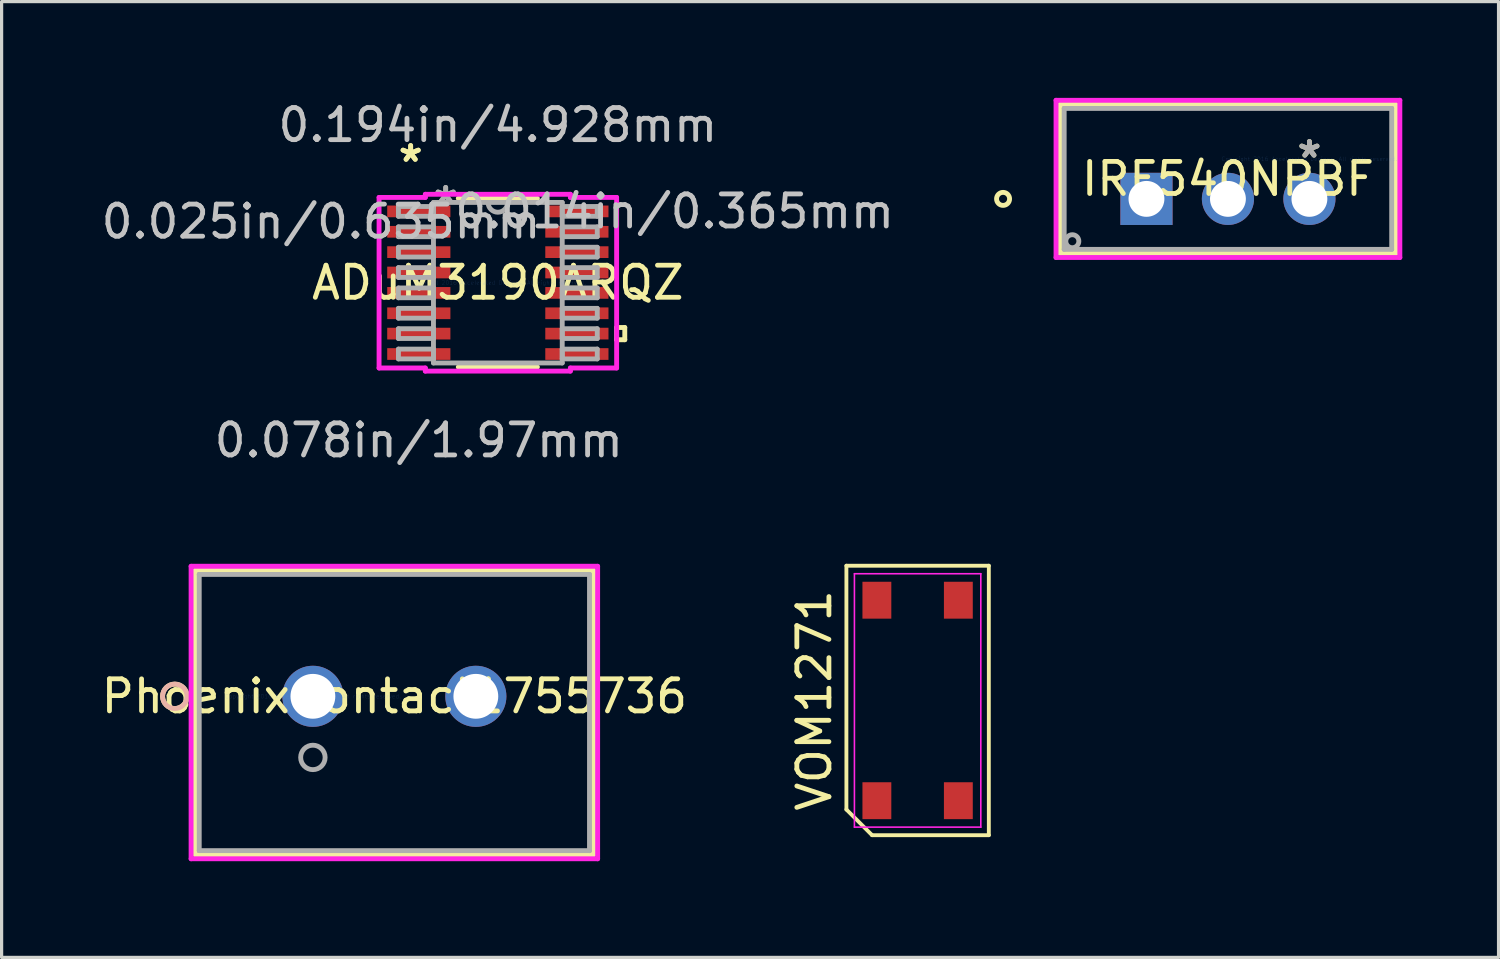
<source format=kicad_pcb>
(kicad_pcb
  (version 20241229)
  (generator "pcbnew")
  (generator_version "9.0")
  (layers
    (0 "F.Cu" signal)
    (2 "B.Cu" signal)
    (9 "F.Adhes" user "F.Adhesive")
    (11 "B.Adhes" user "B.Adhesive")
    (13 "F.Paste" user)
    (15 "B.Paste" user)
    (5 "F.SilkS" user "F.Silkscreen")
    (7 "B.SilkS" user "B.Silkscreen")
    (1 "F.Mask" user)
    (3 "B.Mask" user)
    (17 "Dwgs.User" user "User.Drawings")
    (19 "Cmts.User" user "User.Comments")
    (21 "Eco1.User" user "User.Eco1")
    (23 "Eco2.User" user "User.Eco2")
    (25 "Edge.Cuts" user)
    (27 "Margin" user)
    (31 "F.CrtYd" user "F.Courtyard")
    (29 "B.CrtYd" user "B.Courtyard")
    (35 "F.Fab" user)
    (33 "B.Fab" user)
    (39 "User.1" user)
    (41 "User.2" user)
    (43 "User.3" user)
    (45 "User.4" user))
  (footprint "PhoenixContact1755736"
    (layer "F.Cu")
    (at 6.704 18.657)
    (property "Reference" "PhoenixContact1755736" (at 2.54 0 0) (layer "F.SilkS") (effects (font (size 1 1) (thickness 0.15))))
    (attr through_hole)
    (fp_line (start -3.67 -3.927) (end -3.67 4.938) (stroke (width 0.152) (type solid)) (layer "F.SilkS"))
    (fp_line (start -3.67 4.938) (end 8.75 4.938) (stroke (width 0.152) (type solid)) (layer "F.SilkS"))
    (fp_line (start 8.75 -3.927) (end -3.67 -3.927) (stroke (width 0.152) (type solid)) (layer "F.SilkS"))
    (fp_line (start 8.75 4.938) (end 8.75 -3.927) (stroke (width 0.152) (type solid)) (layer "F.SilkS"))
    (fp_circle (center -4.305 0) (end -3.924 0) (stroke (width 0.152) (type solid)) (fill no) (layer "F.SilkS"))
    (fp_circle (center -4.305 0) (end -3.924 0) (stroke (width 0.152) (type solid)) (fill no) (layer "B.SilkS"))
    (fp_line (start -3.797 -4.054) (end -3.797 5.065) (stroke (width 0.152) (type solid)) (layer "F.CrtYd"))
    (fp_line (start -3.797 5.065) (end 8.877 5.065) (stroke (width 0.152) (type solid)) (layer "F.CrtYd"))
    (fp_line (start 8.877 -4.054) (end -3.797 -4.054) (stroke (width 0.152) (type solid)) (layer "F.CrtYd"))
    (fp_line (start 8.877 5.065) (end 8.877 -4.054) (stroke (width 0.152) (type solid)) (layer "F.CrtYd"))
    (fp_line (start -3.543 -3.8) (end -3.543 4.811) (stroke (width 0.152) (type solid)) (layer "F.Fab"))
    (fp_line (start -3.543 4.811) (end 8.623 4.811) (stroke (width 0.152) (type solid)) (layer "F.Fab"))
    (fp_line (start 8.623 -3.8) (end -3.543 -3.8) (stroke (width 0.152) (type solid)) (layer "F.Fab"))
    (fp_line (start 8.623 4.811) (end 8.623 -3.8) (stroke (width 0.152) (type solid)) (layer "F.Fab"))
    (fp_circle (center 0 1.905) (end 0.381 1.905) (stroke (width 0.152) (type solid)) (fill no) (layer "F.Fab"))
    (fp_text user "*" (at 0 0 0) (layer "F.SilkS") (effects (font (size 1 1) (thickness 0.15))))
    (fp_text user "Copyright 2016 Accelerated Designs. All rights reserved." (at 0 0 0) (layer "Cmts.User") (effects (font (size 0.127 0.127) (thickness 0.002))))
    (fp_text user "*" (at 0 0 0) (layer "F.Fab") (effects (font (size 1 1) (thickness 0.15))))
    (pad "1" thru_hole circle (at 0 0) (size 1.905 1.905) (drill 1.397) (layers "*.Cu" "*.Mask"))
    (pad "2" thru_hole circle (at 5.08 0) (size 1.905 1.905) (drill 1.397) (layers "*.Cu" "*.Mask")))
  (footprint "ADuM3190ARQZ"
    (layer "F.Cu")
    (at 12.47 5.763)
    (property "Reference" "ADuM3190ARQZ" (at 0 0 0) (layer "F.SilkS") (effects (font (size 1 1) (thickness 0.15))))
    (attr through_hole)
    (fp_line (start -1.233 2.629) (end 1.233 2.629) (stroke (width 0.152) (type solid)) (layer "F.SilkS"))
    (fp_line (start 1.233 -2.629) (end -1.233 -2.629) (stroke (width 0.152) (type solid)) (layer "F.SilkS"))
    (fp_line (start 3.703 1.397) (end 3.957 1.397) (stroke (width 0.152) (type solid)) (layer "F.SilkS"))
    (fp_line (start 3.703 1.778) (end 3.703 1.397) (stroke (width 0.152) (type solid)) (layer "F.SilkS"))
    (fp_line (start 3.957 1.397) (end 3.957 1.778) (stroke (width 0.152) (type solid)) (layer "F.SilkS"))
    (fp_line (start 3.957 1.778) (end 3.703 1.778) (stroke (width 0.152) (type solid)) (layer "F.SilkS"))
    (fp_line (start -3.703 -2.659) (end -2.261 -2.659) (stroke (width 0.152) (type solid)) (layer "F.CrtYd"))
    (fp_line (start -3.703 2.659) (end -3.703 -2.659) (stroke (width 0.152) (type solid)) (layer "F.CrtYd"))
    (fp_line (start -2.261 -2.756) (end 2.261 -2.756) (stroke (width 0.152) (type solid)) (layer "F.CrtYd"))
    (fp_line (start -2.261 -2.659) (end -2.261 -2.756) (stroke (width 0.152) (type solid)) (layer "F.CrtYd"))
    (fp_line (start -2.261 2.659) (end -3.703 2.659) (stroke (width 0.152) (type solid)) (layer "F.CrtYd"))
    (fp_line (start -2.261 2.756) (end -2.261 2.659) (stroke (width 0.152) (type solid)) (layer "F.CrtYd"))
    (fp_line (start 2.261 -2.756) (end 2.261 -2.659) (stroke (width 0.152) (type solid)) (layer "F.CrtYd"))
    (fp_line (start 2.261 -2.659) (end 3.703 -2.659) (stroke (width 0.152) (type solid)) (layer "F.CrtYd"))
    (fp_line (start 2.261 2.659) (end 2.261 2.756) (stroke (width 0.152) (type solid)) (layer "F.CrtYd"))
    (fp_line (start 2.261 2.756) (end -2.261 2.756) (stroke (width 0.152) (type solid)) (layer "F.CrtYd"))
    (fp_line (start 3.703 -2.659) (end 3.703 2.659) (stroke (width 0.152) (type solid)) (layer "F.CrtYd"))
    (fp_line (start 3.703 2.659) (end 2.261 2.659) (stroke (width 0.152) (type solid)) (layer "F.CrtYd"))
    (fp_line (start -3.099 -2.375) (end -3.099 -2.07) (stroke (width 0.152) (type solid)) (layer "F.Fab"))
    (fp_line (start -3.099 -2.07) (end -2.007 -2.07) (stroke (width 0.152) (type solid)) (layer "F.Fab"))
    (fp_line (start -3.099 -1.74) (end -3.099 -1.435) (stroke (width 0.152) (type solid)) (layer "F.Fab"))
    (fp_line (start -3.099 -1.435) (end -2.007 -1.435) (stroke (width 0.152) (type solid)) (layer "F.Fab"))
    (fp_line (start -3.099 -1.105) (end -3.099 -0.8) (stroke (width 0.152) (type solid)) (layer "F.Fab"))
    (fp_line (start -3.099 -0.8) (end -2.007 -0.8) (stroke (width 0.152) (type solid)) (layer "F.Fab"))
    (fp_line (start -3.099 -0.47) (end -3.099 -0.165) (stroke (width 0.152) (type solid)) (layer "F.Fab"))
    (fp_line (start -3.099 -0.165) (end -2.007 -0.165) (stroke (width 0.152) (type solid)) (layer "F.Fab"))
    (fp_line (start -3.099 0.165) (end -3.099 0.47) (stroke (width 0.152) (type solid)) (layer "F.Fab"))
    (fp_line (start -3.099 0.47) (end -2.007 0.47) (stroke (width 0.152) (type solid)) (layer "F.Fab"))
    (fp_line (start -3.099 0.8) (end -3.099 1.105) (stroke (width 0.152) (type solid)) (layer "F.Fab"))
    (fp_line (start -3.099 1.105) (end -2.007 1.105) (stroke (width 0.152) (type solid)) (layer "F.Fab"))
    (fp_line (start -3.099 1.435) (end -3.099 1.74) (stroke (width 0.152) (type solid)) (layer "F.Fab"))
    (fp_line (start -3.099 1.74) (end -2.007 1.74) (stroke (width 0.152) (type solid)) (layer "F.Fab"))
    (fp_line (start -3.099 2.07) (end -3.099 2.375) (stroke (width 0.152) (type solid)) (layer "F.Fab"))
    (fp_line (start -3.099 2.375) (end -2.007 2.375) (stroke (width 0.152) (type solid)) (layer "F.Fab"))
    (fp_line (start -2.007 -2.502) (end -2.007 2.502) (stroke (width 0.152) (type solid)) (layer "F.Fab"))
    (fp_line (start -2.007 -2.375) (end -3.099 -2.375) (stroke (width 0.152) (type solid)) (layer "F.Fab"))
    (fp_line (start -2.007 -2.07) (end -2.007 -2.375) (stroke (width 0.152) (type solid)) (layer "F.Fab"))
    (fp_line (start -2.007 -1.74) (end -3.099 -1.74) (stroke (width 0.152) (type solid)) (layer "F.Fab"))
    (fp_line (start -2.007 -1.435) (end -2.007 -1.74) (stroke (width 0.152) (type solid)) (layer "F.Fab"))
    (fp_line (start -2.007 -1.105) (end -3.099 -1.105) (stroke (width 0.152) (type solid)) (layer "F.Fab"))
    (fp_line (start -2.007 -0.8) (end -2.007 -1.105) (stroke (width 0.152) (type solid)) (layer "F.Fab"))
    (fp_line (start -2.007 -0.47) (end -3.099 -0.47) (stroke (width 0.152) (type solid)) (layer "F.Fab"))
    (fp_line (start -2.007 -0.165) (end -2.007 -0.47) (stroke (width 0.152) (type solid)) (layer "F.Fab"))
    (fp_line (start -2.007 0.165) (end -3.099 0.165) (stroke (width 0.152) (type solid)) (layer "F.Fab"))
    (fp_line (start -2.007 0.47) (end -2.007 0.165) (stroke (width 0.152) (type solid)) (layer "F.Fab"))
    (fp_line (start -2.007 0.8) (end -3.099 0.8) (stroke (width 0.152) (type solid)) (layer "F.Fab"))
    (fp_line (start -2.007 1.105) (end -2.007 0.8) (stroke (width 0.152) (type solid)) (layer "F.Fab"))
    (fp_line (start -2.007 1.435) (end -3.099 1.435) (stroke (width 0.152) (type solid)) (layer "F.Fab"))
    (fp_line (start -2.007 1.74) (end -2.007 1.435) (stroke (width 0.152) (type solid)) (layer "F.Fab"))
    (fp_line (start -2.007 2.07) (end -3.099 2.07) (stroke (width 0.152) (type solid)) (layer "F.Fab"))
    (fp_line (start -2.007 2.375) (end -2.007 2.07) (stroke (width 0.152) (type solid)) (layer "F.Fab"))
    (fp_line (start -2.007 2.502) (end 2.007 2.502) (stroke (width 0.152) (type solid)) (layer "F.Fab"))
    (fp_line (start 2.007 -2.502) (end -2.007 -2.502) (stroke (width 0.152) (type solid)) (layer "F.Fab"))
    (fp_line (start 2.007 -2.375) (end 2.007 -2.07) (stroke (width 0.152) (type solid)) (layer "F.Fab"))
    (fp_line (start 2.007 -2.07) (end 3.099 -2.07) (stroke (width 0.152) (type solid)) (layer "F.Fab"))
    (fp_line (start 2.007 -1.74) (end 2.007 -1.435) (stroke (width 0.152) (type solid)) (layer "F.Fab"))
    (fp_line (start 2.007 -1.435) (end 3.099 -1.435) (stroke (width 0.152) (type solid)) (layer "F.Fab"))
    (fp_line (start 2.007 -1.105) (end 2.007 -0.8) (stroke (width 0.152) (type solid)) (layer "F.Fab"))
    (fp_line (start 2.007 -0.8) (end 3.099 -0.8) (stroke (width 0.152) (type solid)) (layer "F.Fab"))
    (fp_line (start 2.007 -0.47) (end 2.007 -0.165) (stroke (width 0.152) (type solid)) (layer "F.Fab"))
    (fp_line (start 2.007 -0.165) (end 3.099 -0.165) (stroke (width 0.152) (type solid)) (layer "F.Fab"))
    (fp_line (start 2.007 0.165) (end 2.007 0.47) (stroke (width 0.152) (type solid)) (layer "F.Fab"))
    (fp_line (start 2.007 0.47) (end 3.099 0.47) (stroke (width 0.152) (type solid)) (layer "F.Fab"))
    (fp_line (start 2.007 0.8) (end 2.007 1.105) (stroke (width 0.152) (type solid)) (layer "F.Fab"))
    (fp_line (start 2.007 1.105) (end 3.099 1.105) (stroke (width 0.152) (type solid)) (layer "F.Fab"))
    (fp_line (start 2.007 1.435) (end 2.007 1.74) (stroke (width 0.152) (type solid)) (layer "F.Fab"))
    (fp_line (start 2.007 1.74) (end 3.099 1.74) (stroke (width 0.152) (type solid)) (layer "F.Fab"))
    (fp_line (start 2.007 2.07) (end 2.007 2.375) (stroke (width 0.152) (type solid)) (layer "F.Fab"))
    (fp_line (start 2.007 2.375) (end 3.099 2.375) (stroke (width 0.152) (type solid)) (layer "F.Fab"))
    (fp_line (start 2.007 2.502) (end 2.007 -2.502) (stroke (width 0.152) (type solid)) (layer "F.Fab"))
    (fp_line (start 3.099 -2.375) (end 2.007 -2.375) (stroke (width 0.152) (type solid)) (layer "F.Fab"))
    (fp_line (start 3.099 -2.07) (end 3.099 -2.375) (stroke (width 0.152) (type solid)) (layer "F.Fab"))
    (fp_line (start 3.099 -1.74) (end 2.007 -1.74) (stroke (width 0.152) (type solid)) (layer "F.Fab"))
    (fp_line (start 3.099 -1.435) (end 3.099 -1.74) (stroke (width 0.152) (type solid)) (layer "F.Fab"))
    (fp_line (start 3.099 -1.105) (end 2.007 -1.105) (stroke (width 0.152) (type solid)) (layer "F.Fab"))
    (fp_line (start 3.099 -0.8) (end 3.099 -1.105) (stroke (width 0.152) (type solid)) (layer "F.Fab"))
    (fp_line (start 3.099 -0.47) (end 2.007 -0.47) (stroke (width 0.152) (type solid)) (layer "F.Fab"))
    (fp_line (start 3.099 -0.165) (end 3.099 -0.47) (stroke (width 0.152) (type solid)) (layer "F.Fab"))
    (fp_line (start 3.099 0.165) (end 2.007 0.165) (stroke (width 0.152) (type solid)) (layer "F.Fab"))
    (fp_line (start 3.099 0.47) (end 3.099 0.165) (stroke (width 0.152) (type solid)) (layer "F.Fab"))
    (fp_line (start 3.099 0.8) (end 2.007 0.8) (stroke (width 0.152) (type solid)) (layer "F.Fab"))
    (fp_line (start 3.099 1.105) (end 3.099 0.8) (stroke (width 0.152) (type solid)) (layer "F.Fab"))
    (fp_line (start 3.099 1.435) (end 2.007 1.435) (stroke (width 0.152) (type solid)) (layer "F.Fab"))
    (fp_line (start 3.099 1.74) (end 3.099 1.435) (stroke (width 0.152) (type solid)) (layer "F.Fab"))
    (fp_line (start 3.099 2.07) (end 2.007 2.07) (stroke (width 0.152) (type solid)) (layer "F.Fab"))
    (fp_line (start 3.099 2.375) (end 3.099 2.07) (stroke (width 0.152) (type solid)) (layer "F.Fab"))
    (fp_arc (start 0.3048 -2.5019) (mid 0 -2.1971) (end -0.3048 -2.5019) (stroke (width 0.1524) (type solid)) (layer "F.Fab"))
    (fp_text user "*" (at -2.718 -3.73 0) (layer "F.SilkS") (effects (font (size 1 1) (thickness 0.15))))
    (fp_text user "*" (at -2.718 -3.73 0) (layer "F.SilkS") (effects (font (size 1 1) (thickness 0.15))))
    (fp_text user "0.025in/0.635mm" (at -5.512 -1.905 0) (layer "Dwgs.User") (effects (font (size 1 1) (thickness 0.15))))
    (fp_text user "0.078in/1.97mm" (at -2.464 4.915 0) (layer "Dwgs.User") (effects (font (size 1 1) (thickness 0.15))))
    (fp_text user "0.194in/4.928mm" (at 0 -4.915 0) (layer "Dwgs.User") (effects (font (size 1 1) (thickness 0.15))))
    (fp_text user "0.014in/0.365mm" (at 5.512 -2.223 0) (layer "Dwgs.User") (effects (font (size 1 1) (thickness 0.15))))
    (fp_text user "Copyright 2016 Accelerated Designs. All rights reserved." (at 0 0 0) (layer "Cmts.User") (effects (font (size 0.127 0.127) (thickness 0.002))))
    (fp_text user "*" (at -1.626 -2.426 0) (layer "F.Fab") (effects (font (size 1 1) (thickness 0.15))))
    (fp_text user "*" (at -1.626 -2.426 0) (layer "F.Fab") (effects (font (size 1 1) (thickness 0.15))))
    (pad "1" smd rect (at -2.464 -2.223) (size 1.97 0.365) (layers "F.Cu" "F.Mask" "F.Paste"))
    (pad "2" smd rect (at -2.464 -1.587) (size 1.97 0.365) (layers "F.Cu" "F.Mask" "F.Paste"))
    (pad "3" smd rect (at -2.464 -0.953) (size 1.97 0.365) (layers "F.Cu" "F.Mask" "F.Paste"))
    (pad "4" smd rect (at -2.464 -0.318) (size 1.97 0.365) (layers "F.Cu" "F.Mask" "F.Paste"))
    (pad "5" smd rect (at -2.464 0.318) (size 1.97 0.365) (layers "F.Cu" "F.Mask" "F.Paste"))
    (pad "6" smd rect (at -2.464 0.953) (size 1.97 0.365) (layers "F.Cu" "F.Mask" "F.Paste"))
    (pad "7" smd rect (at -2.464 1.587) (size 1.97 0.365) (layers "F.Cu" "F.Mask" "F.Paste"))
    (pad "8" smd rect (at -2.464 2.223) (size 1.97 0.365) (layers "F.Cu" "F.Mask" "F.Paste"))
    (pad "9" smd rect (at 2.464 2.223) (size 1.97 0.365) (layers "F.Cu" "F.Mask" "F.Paste"))
    (pad "10" smd rect (at 2.464 1.587) (size 1.97 0.365) (layers "F.Cu" "F.Mask" "F.Paste"))
    (pad "11" smd rect (at 2.464 0.953) (size 1.97 0.365) (layers "F.Cu" "F.Mask" "F.Paste"))
    (pad "12" smd rect (at 2.464 0.318) (size 1.97 0.365) (layers "F.Cu" "F.Mask" "F.Paste"))
    (pad "13" smd rect (at 2.464 -0.318) (size 1.97 0.365) (layers "F.Cu" "F.Mask" "F.Paste"))
    (pad "14" smd rect (at 2.464 -0.953) (size 1.97 0.365) (layers "F.Cu" "F.Mask" "F.Paste"))
    (pad "15" smd rect (at 2.464 -1.587) (size 1.97 0.365) (layers "F.Cu" "F.Mask" "F.Paste"))
    (pad "16" smd rect (at 2.464 -2.223) (size 1.97 0.365) (layers "F.Cu" "F.Mask" "F.Paste")))
  (footprint "VOM1271"
    (layer "F.Cu")
    (at 25.556 18.786)
    (property "Reference" "VOM1271" (at -3.22 0 90) (layer "F.SilkS") (effects (font (size 1 1) (thickness 0.15))))
    (attr smd)
    (fp_line (start -2.22 -4.2) (end 2.22 -4.2) (stroke (width 0.12) (type solid)) (layer "F.SilkS"))
    (fp_line (start -2.22 3.4) (end -2.22 -4.2) (stroke (width 0.12) (type solid)) (layer "F.SilkS"))
    (fp_line (start -1.42 4.2) (end -2.22 3.4) (stroke (width 0.12) (type solid)) (layer "F.SilkS"))
    (fp_line (start 2.22 -4.2) (end 2.22 4.2) (stroke (width 0.12) (type solid)) (layer "F.SilkS"))
    (fp_line (start 2.22 4.2) (end -1.42 4.2) (stroke (width 0.12) (type solid)) (layer "F.SilkS"))
    (fp_line (start -1.97 -3.95) (end 1.97 -3.95) (stroke (width 0.05) (type solid)) (layer "F.CrtYd"))
    (fp_line (start -1.97 3.95) (end -1.97 -3.95) (stroke (width 0.05) (type solid)) (layer "F.CrtYd"))
    (fp_line (start 1.97 -3.95) (end 1.97 3.95) (stroke (width 0.05) (type solid)) (layer "F.CrtYd"))
    (fp_line (start 1.97 3.95) (end -1.97 3.95) (stroke (width 0.05) (type solid)) (layer "F.CrtYd"))
    (pad "1" smd rect (at -1.27 3.125) (size 0.9 1.15) (layers "F.Cu" "F.Mask" "F.Paste"))
    (pad "2" smd rect (at 1.27 3.125) (size 0.9 1.15) (layers "F.Cu" "F.Mask" "F.Paste"))
    (pad "3" smd rect (at 1.27 -3.125) (size 0.9 1.15) (layers "F.Cu" "F.Mask" "F.Paste"))
    (pad "4" smd rect (at -1.27 -3.125) (size 0.9 1.15) (layers "F.Cu" "F.Mask" "F.Paste")))
  (footprint "IRF540NPBF"
    (layer "F.Cu")
    (at 37.77 1.905)
    (property "Reference" "IRF540NPBF" (at -2.54 0.622 0) (layer "F.SilkS") (effects (font (size 1 1) (thickness 0.15))))
    (attr through_hole)
    (fp_line (start -7.772 -1.702) (end -7.772 2.946) (stroke (width 0.152) (type solid)) (layer "F.SilkS"))
    (fp_line (start -7.772 2.946) (end 2.692 2.946) (stroke (width 0.152) (type solid)) (layer "F.SilkS"))
    (fp_line (start 2.692 -1.702) (end -7.772 -1.702) (stroke (width 0.152) (type solid)) (layer "F.SilkS"))
    (fp_line (start 2.692 2.946) (end 2.692 -1.702) (stroke (width 0.152) (type solid)) (layer "F.SilkS"))
    (fp_circle (center -9.55 1.245) (end -9.347 1.245) (stroke (width 0.152) (type solid)) (fill no) (layer "F.SilkS"))
    (fp_line (start -7.899 -1.829) (end -7.899 3.073) (stroke (width 0.152) (type solid)) (layer "F.CrtYd"))
    (fp_line (start -7.899 3.073) (end 2.819 3.073) (stroke (width 0.152) (type solid)) (layer "F.CrtYd"))
    (fp_line (start 2.819 -1.829) (end -7.899 -1.829) (stroke (width 0.152) (type solid)) (layer "F.CrtYd"))
    (fp_line (start 2.819 3.073) (end 2.819 -1.829) (stroke (width 0.152) (type solid)) (layer "F.CrtYd"))
    (fp_line (start -7.645 -1.575) (end -7.645 2.819) (stroke (width 0.152) (type solid)) (layer "F.Fab"))
    (fp_line (start -7.645 2.819) (end 2.565 2.819) (stroke (width 0.152) (type solid)) (layer "F.Fab"))
    (fp_line (start 2.565 -1.575) (end -7.645 -1.575) (stroke (width 0.152) (type solid)) (layer "F.Fab"))
    (fp_line (start 2.565 2.819) (end 2.565 -1.575) (stroke (width 0.152) (type solid)) (layer "F.Fab"))
    (fp_circle (center -7.391 2.565) (end -7.188 2.565) (stroke (width 0.152) (type solid)) (fill no) (layer "F.Fab"))
    (fp_text user "*" (at 0 0 0) (layer "F.SilkS") (effects (font (size 1 1) (thickness 0.15))))
    (fp_text user "Copyright 2016 Accelerated Designs. All rights reserved." (at 0 0 0) (layer "Cmts.User") (effects (font (size 0.127 0.127) (thickness 0.002))))
    (fp_text user "*" (at 0 0 0) (layer "F.Fab") (effects (font (size 1 1) (thickness 0.15))))
    (pad "1" thru_hole rect (at -5.08 1.245) (size 1.626 1.626) (drill 1.118) (layers "*.Cu" "*.Mask"))
    (pad "2" thru_hole circle (at -2.54 1.245) (size 1.626 1.626) (drill 1.118) (layers "*.Cu" "*.Mask"))
    (pad "3" thru_hole circle (at 0 1.245) (size 1.626 1.626) (drill 1.118) (layers "*.Cu" "*.Mask")))
  (gr_rect
    (start -3 -3)
    (end 43.666 26.797)
    (stroke (width 0.1) (type default))
    (fill no)
    (layer "Edge.Cuts")))
</source>
